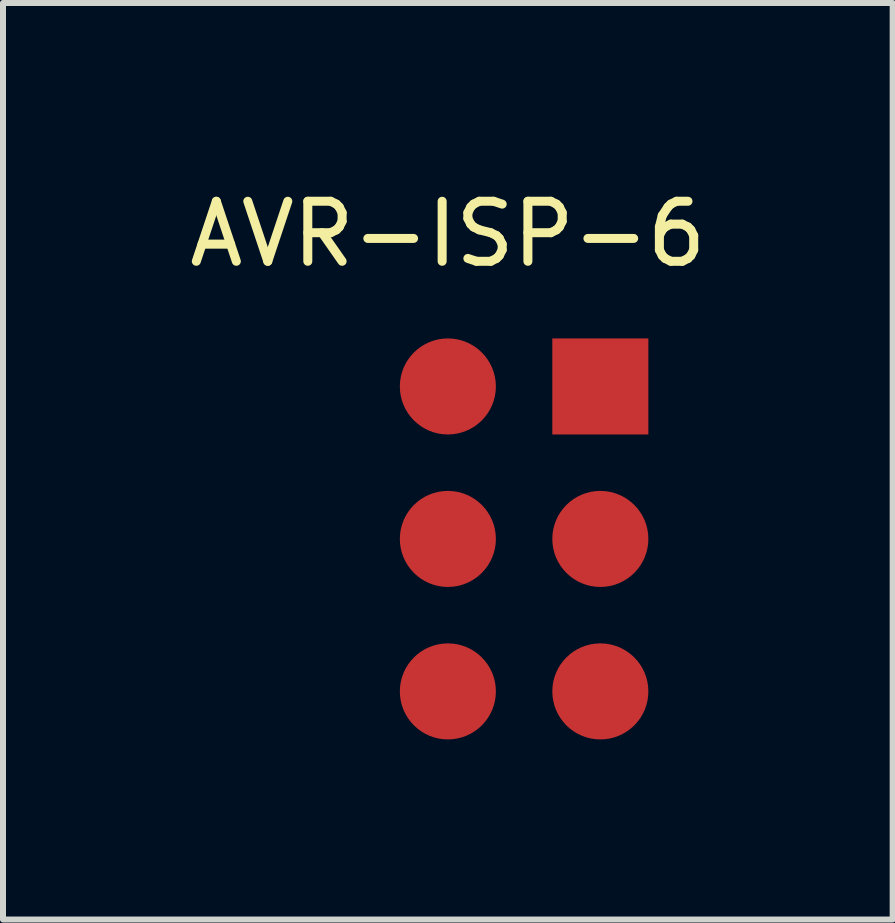
<source format=kicad_pcb>
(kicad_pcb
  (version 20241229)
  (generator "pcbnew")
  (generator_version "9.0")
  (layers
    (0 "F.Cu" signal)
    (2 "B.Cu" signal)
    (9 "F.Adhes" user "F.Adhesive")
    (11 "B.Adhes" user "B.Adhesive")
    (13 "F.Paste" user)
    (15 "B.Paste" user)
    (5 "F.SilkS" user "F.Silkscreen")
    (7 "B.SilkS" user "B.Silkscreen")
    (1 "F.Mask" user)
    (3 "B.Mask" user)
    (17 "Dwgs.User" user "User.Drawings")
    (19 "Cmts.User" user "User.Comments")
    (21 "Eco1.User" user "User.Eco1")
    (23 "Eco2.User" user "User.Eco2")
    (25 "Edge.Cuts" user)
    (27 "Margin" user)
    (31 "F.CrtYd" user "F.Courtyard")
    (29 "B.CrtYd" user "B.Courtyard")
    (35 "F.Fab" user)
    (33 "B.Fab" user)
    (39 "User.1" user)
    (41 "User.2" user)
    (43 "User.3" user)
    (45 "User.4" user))
  (footprint "AVR-ISP-6"
    (layer "F.Cu")
    (at 4.411 3.388)
    (property "Reference" "AVR-ISP-6" (at 0 -2.54 0) (layer "F.SilkS") (effects (font (size 1 1) (thickness 0.15))))
    (attr through_hole)
    (pad "1" smd oval (at 0 0) (size 1.6 1.6) (layers "F.Cu" "F.Mask" "F.Paste"))
    (pad "2" smd rect (at 2.54 0) (size 1.6 1.6) (layers "F.Cu" "F.Mask" "F.Paste"))
    (pad "3" smd oval (at 0 2.54) (size 1.6 1.6) (layers "F.Cu" "F.Mask" "F.Paste"))
    (pad "4" smd oval (at 2.54 2.54) (size 1.6 1.6) (layers "F.Cu" "F.Mask" "F.Paste"))
    (pad "5" smd oval (at 0 5.08) (size 1.6 1.6) (layers "F.Cu" "F.Mask" "F.Paste"))
    (pad "6" smd oval (at 2.54 5.08) (size 1.6 1.6) (layers "F.Cu" "F.Mask" "F.Paste")))
  (gr_rect
    (start -3 -3)
    (end 11.821 12.268)
    (stroke (width 0.1) (type default))
    (fill no)
    (layer "Edge.Cuts")))
</source>
